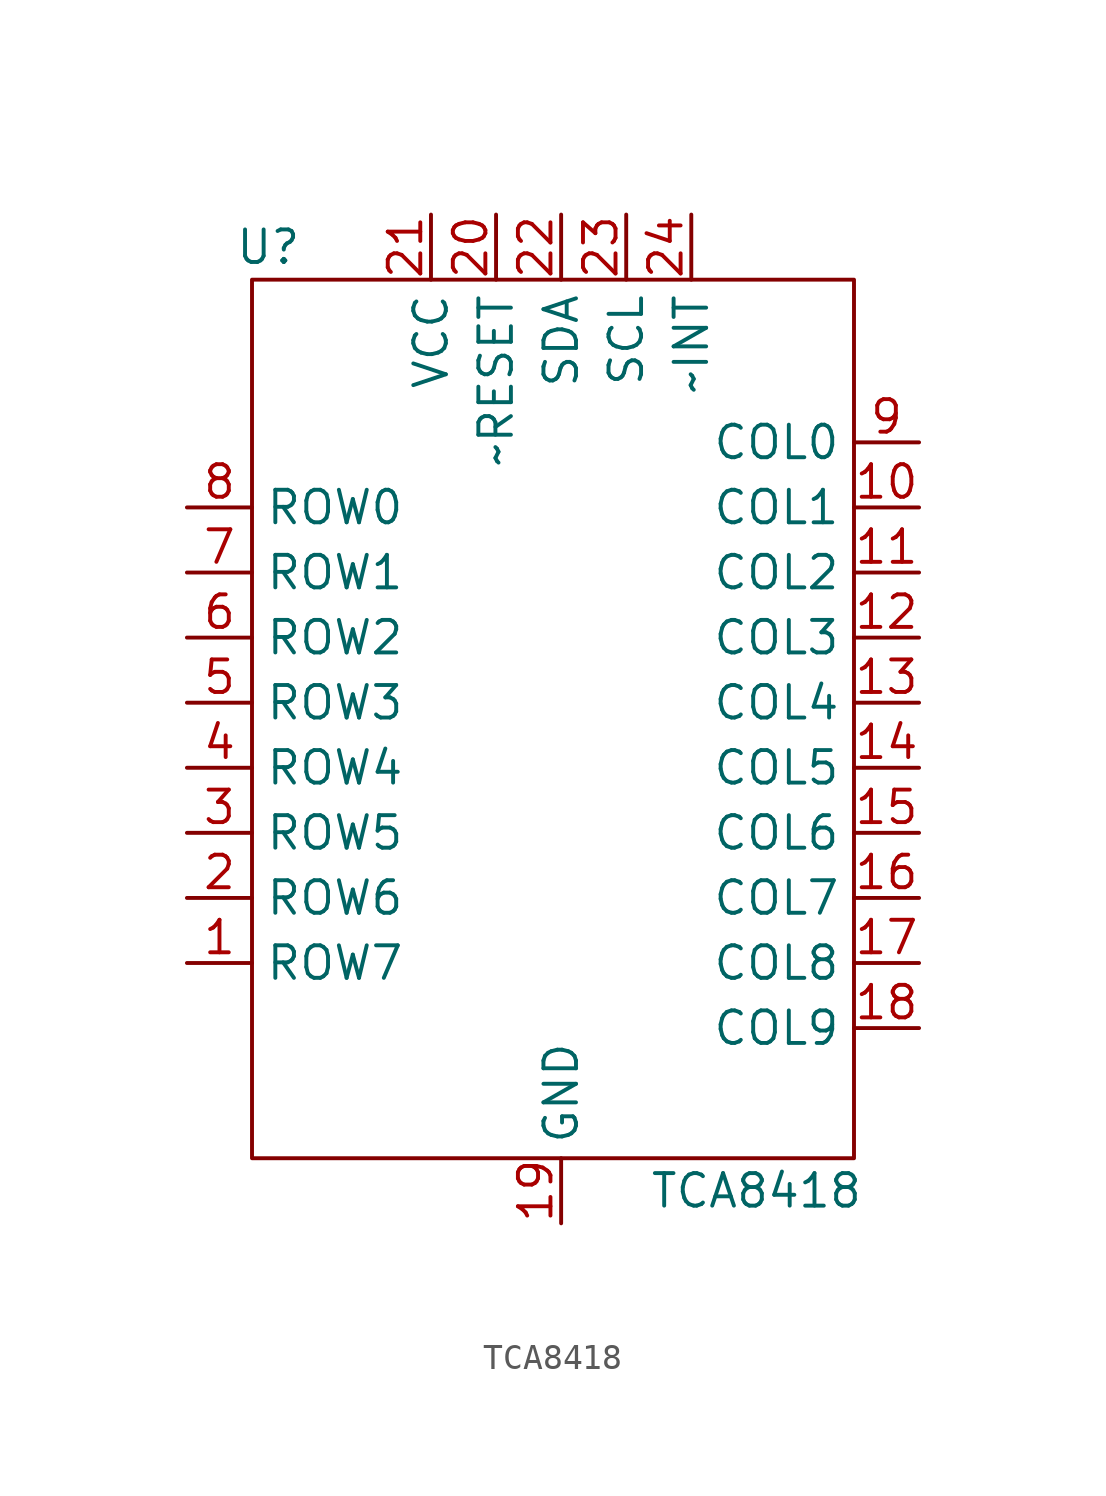
<source format=kicad_sym>
(kicad_symbol_lib
  (version 20211014)
  (generator kicad_symbol_editor)
  (symbol "TCA8418"
    (property "Reference" "U"
      (at -11.43 18.415 0)
      (effects (font (size 1.27 1.27))))
    (property "Value" "TCA8418"
      (at 7.62 -18.415 0)
      (effects (font (size 1.27 1.27))))
    (symbol "TCA8418_0_0"
      (pin bidirectional line (at -14.605 -9.525 0) (length 2.54) (name "ROW7" (effects (font (size 1.27 1.27)))) (number "1" (effects (font (size 1.27 1.27)))))
      (pin bidirectional line (at 13.97 8.255 180) (length 2.54) (name "COL1" (effects (font (size 1.27 1.27)))) (number "10" (effects (font (size 1.27 1.27)))))
      (pin bidirectional line (at 13.97 5.715 180) (length 2.54) (name "COL2" (effects (font (size 1.27 1.27)))) (number "11" (effects (font (size 1.27 1.27)))))
      (pin bidirectional line (at 13.97 3.175 180) (length 2.54) (name "COL3" (effects (font (size 1.27 1.27)))) (number "12" (effects (font (size 1.27 1.27)))))
      (pin bidirectional line (at 13.97 0.635 180) (length 2.54) (name "COL4" (effects (font (size 1.27 1.27)))) (number "13" (effects (font (size 1.27 1.27)))))
      (pin bidirectional line (at 13.97 -1.905 180) (length 2.54) (name "COL5" (effects (font (size 1.27 1.27)))) (number "14" (effects (font (size 1.27 1.27)))))
      (pin bidirectional line (at 13.97 -4.445 180) (length 2.54) (name "COL6" (effects (font (size 1.27 1.27)))) (number "15" (effects (font (size 1.27 1.27)))))
      (pin bidirectional line (at 13.97 -6.985 180) (length 2.54) (name "COL7" (effects (font (size 1.27 1.27)))) (number "16" (effects (font (size 1.27 1.27)))))
      (pin bidirectional line (at 13.97 -9.525 180) (length 2.54) (name "COL8" (effects (font (size 1.27 1.27)))) (number "17" (effects (font (size 1.27 1.27)))))
      (pin bidirectional line (at 13.97 -12.065 180) (length 2.54) (name "COL9" (effects (font (size 1.27 1.27)))) (number "18" (effects (font (size 1.27 1.27)))))
      (pin power_in line (at 0 -19.685 90) (length 2.54) (name "GND" (effects (font (size 1.27 1.27)))) (number "19" (effects (font (size 1.27 1.27)))))
      (pin bidirectional line (at -14.605 -6.985 0) (length 2.54) (name "ROW6" (effects (font (size 1.27 1.27)))) (number "2" (effects (font (size 1.27 1.27)))))
      (pin input line (at -2.54 19.685 270) (length 2.54) (name "~RESET" (effects (font (size 1.27 1.27)))) (number "20" (effects (font (size 1.27 1.27)))))
      (pin power_in line (at -5.08 19.685 270) (length 2.54) (name "VCC" (effects (font (size 1.27 1.27)))) (number "21" (effects (font (size 1.27 1.27)))))
      (pin bidirectional line (at 0 19.685 270) (length 2.54) (name "SDA" (effects (font (size 1.27 1.27)))) (number "22" (effects (font (size 1.27 1.27)))))
      (pin input line (at 2.54 19.685 270) (length 2.54) (name "SCL" (effects (font (size 1.27 1.27)))) (number "23" (effects (font (size 1.27 1.27)))))
      (pin output line (at 5.08 19.685 270) (length 2.54) (name "~INT" (effects (font (size 1.27 1.27)))) (number "24" (effects (font (size 1.27 1.27)))))
      (pin bidirectional line (at -14.605 -4.445 0) (length 2.54) (name "ROW5" (effects (font (size 1.27 1.27)))) (number "3" (effects (font (size 1.27 1.27)))))
      (pin bidirectional line (at -14.605 -1.905 0) (length 2.54) (name "ROW4" (effects (font (size 1.27 1.27)))) (number "4" (effects (font (size 1.27 1.27)))))
      (pin bidirectional line (at -14.605 0.635 0) (length 2.54) (name "ROW3" (effects (font (size 1.27 1.27)))) (number "5" (effects (font (size 1.27 1.27)))))
      (pin bidirectional line (at -14.605 3.175 0) (length 2.54) (name "ROW2" (effects (font (size 1.27 1.27)))) (number "6" (effects (font (size 1.27 1.27)))))
      (pin bidirectional line (at -14.605 5.715 0) (length 2.54) (name "ROW1" (effects (font (size 1.27 1.27)))) (number "7" (effects (font (size 1.27 1.27)))))
      (pin bidirectional line (at -14.605 8.255 0) (length 2.54) (name "ROW0" (effects (font (size 1.27 1.27)))) (number "8" (effects (font (size 1.27 1.27)))))
      (pin bidirectional line (at 13.97 10.795 180) (length 2.54) (name "COL0" (effects (font (size 1.27 1.27)))) (number "9" (effects (font (size 1.27 1.27))))))
    (symbol "TCA8418_0_1"
      (rectangle (start -12.065 17.145) (end 11.43 -17.145) (stroke (width 0) (type default) (color 0 0 0 0)) (fill (type none))))))
</source>
